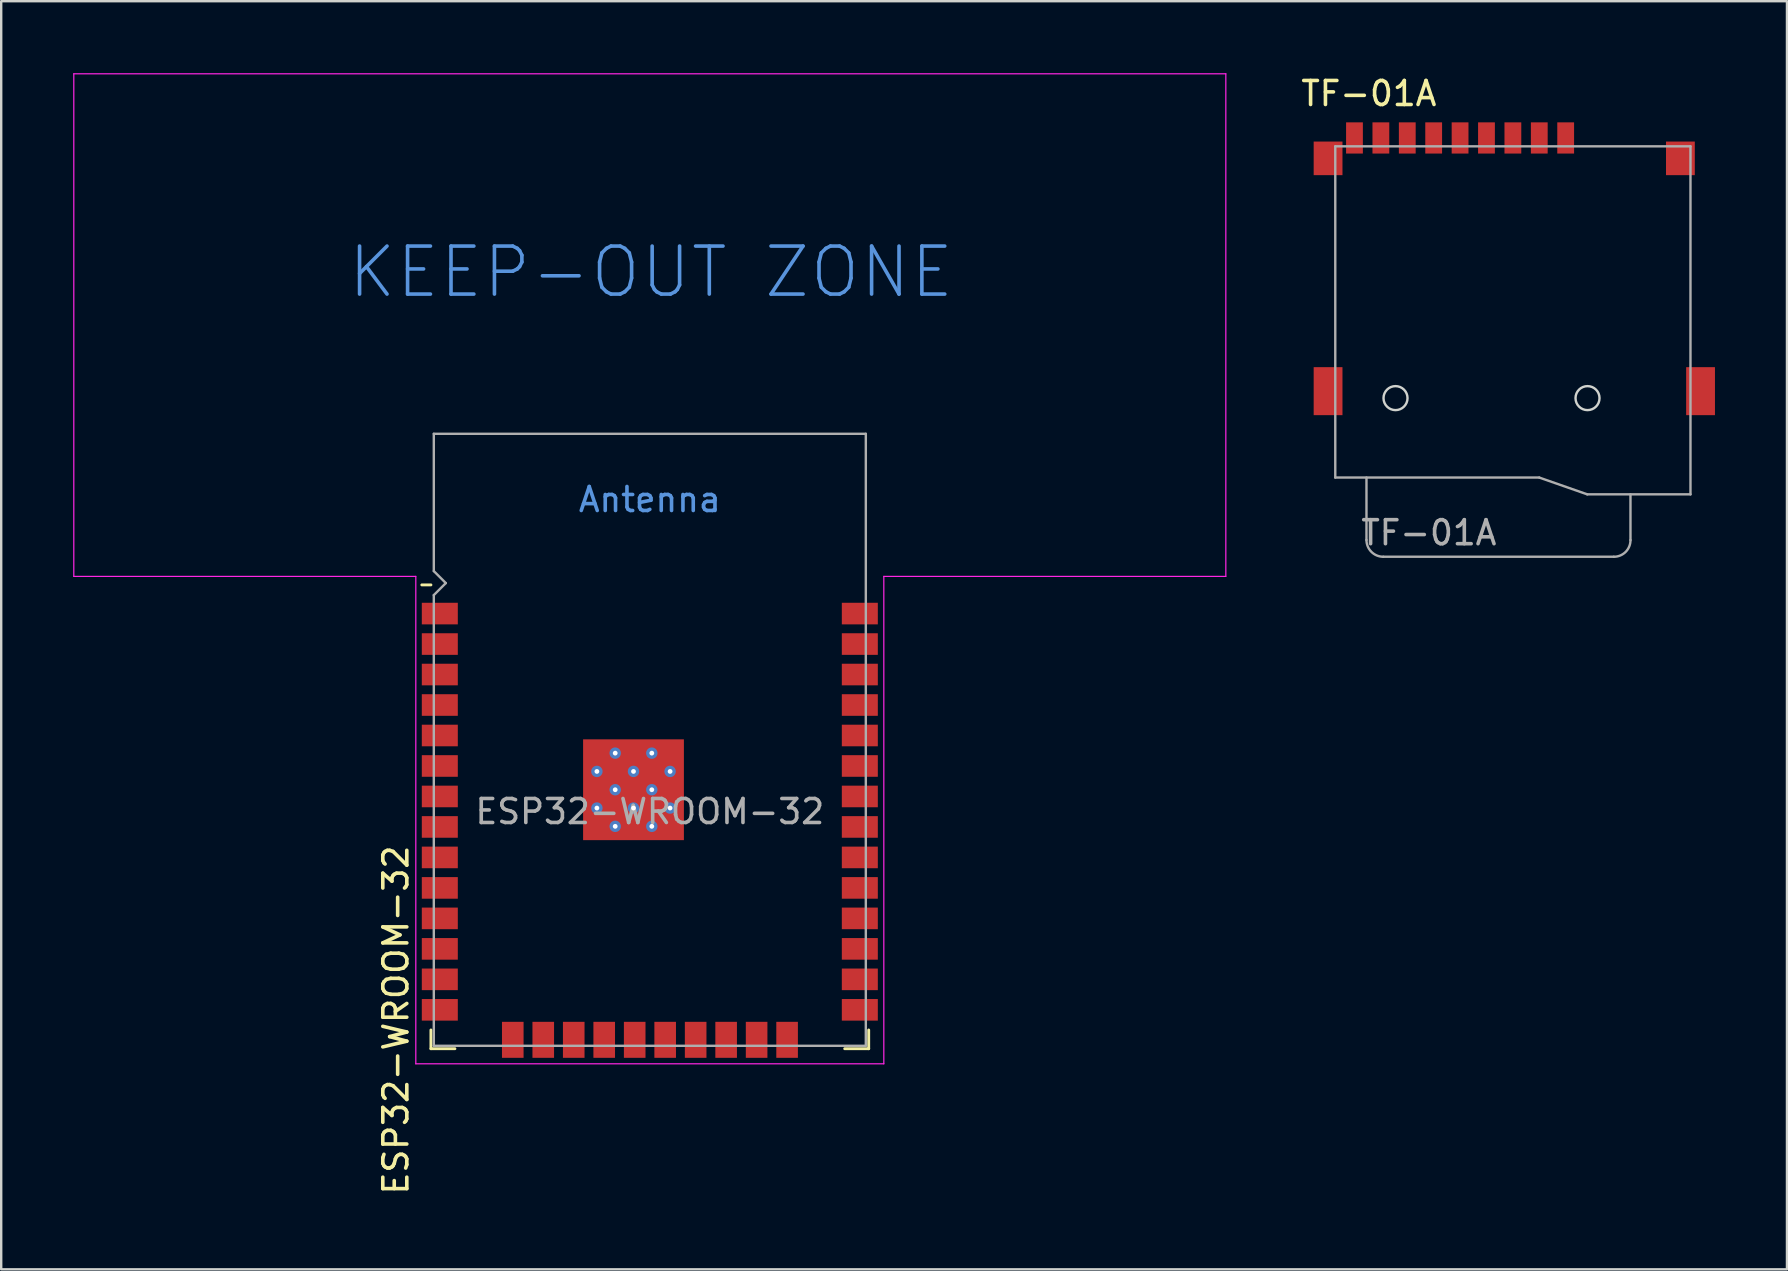
<source format=kicad_pcb>
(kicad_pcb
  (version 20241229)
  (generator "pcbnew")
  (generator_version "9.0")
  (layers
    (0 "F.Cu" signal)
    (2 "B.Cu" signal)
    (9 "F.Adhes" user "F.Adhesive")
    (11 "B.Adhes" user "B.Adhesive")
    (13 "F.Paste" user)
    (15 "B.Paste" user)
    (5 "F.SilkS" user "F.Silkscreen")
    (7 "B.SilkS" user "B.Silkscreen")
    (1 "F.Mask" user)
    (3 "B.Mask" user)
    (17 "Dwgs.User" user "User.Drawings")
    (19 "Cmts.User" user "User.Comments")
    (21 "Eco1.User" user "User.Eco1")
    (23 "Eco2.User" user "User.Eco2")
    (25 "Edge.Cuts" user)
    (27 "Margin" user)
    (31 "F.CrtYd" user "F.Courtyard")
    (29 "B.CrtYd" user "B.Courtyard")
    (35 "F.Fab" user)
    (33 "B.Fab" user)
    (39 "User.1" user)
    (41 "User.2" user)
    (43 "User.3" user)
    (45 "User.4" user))
  (footprint "TF-01A"
    (layer "F.Cu")
    (at 52.285 3.548)
    (property "Reference" "TF-01A" (at 1.7 -2.7 0) (unlocked yes) (layer "F.SilkS") (effects (font (size 1 1) (thickness 0.15))))
    (attr smd)
    (fp_circle (center 2.81 9.99) (end 3.31 9.99) (stroke (width 0.1) (type solid)) (fill no) (layer "Edge.Cuts"))
    (fp_circle (center 10.81 9.99) (end 11.31 9.99) (stroke (width 0.1) (type solid)) (fill no) (layer "Edge.Cuts"))
    (fp_line (start 0.3 -0.5) (end 0.3 13.3) (stroke (width 0.1) (type solid)) (layer "F.Fab"))
    (fp_line (start 0.3 13.3) (end 8.8 13.3) (stroke (width 0.1) (type solid)) (layer "F.Fab"))
    (fp_line (start 1.6 15.9) (end 1.6 13.3) (stroke (width 0.1) (type solid)) (layer "F.Fab"))
    (fp_line (start 8.8 13.3) (end 10.8 14) (stroke (width 0.1) (type solid)) (layer "F.Fab"))
    (fp_line (start 10.8 14) (end 15.1 14) (stroke (width 0.1) (type solid)) (layer "F.Fab"))
    (fp_line (start 11.905 16.6) (end 2.3 16.6) (stroke (width 0.1) (type solid)) (layer "F.Fab"))
    (fp_line (start 12.6 14) (end 12.6 15.905) (stroke (width 0.1) (type solid)) (layer "F.Fab"))
    (fp_line (start 15.1 -0.5) (end 0.3 -0.5) (stroke (width 0.1) (type solid)) (layer "F.Fab"))
    (fp_line (start 15.1 14) (end 15.1 -0.5) (stroke (width 0.1) (type solid)) (layer "F.Fab"))
    (fp_arc (start 2.3 16.6) (mid 1.805025 16.394975) (end 1.6 15.9) (stroke (width 0.1) (type solid)) (layer "F.Fab"))
    (fp_arc (start 12.6 15.905025) (mid 12.397914 16.397914) (end 11.905025 16.6) (stroke (width 0.1) (type solid)) (layer "F.Fab"))
    (fp_text user "${REFERENCE}" (at 4.2 15.6 0) (unlocked yes) (layer "F.Fab") (effects (font (size 1 1) (thickness 0.15))))
    (pad "1" smd rect (at 9.9 -0.85) (size 0.7 1.3) (layers "F.Cu" "F.Mask" "F.Paste"))
    (pad "3" smd rect (at 7.7 -0.85) (size 0.7 1.3) (layers "F.Cu" "F.Mask" "F.Paste"))
    (pad "4" smd rect (at 6.6 -0.85) (size 0.7 1.3) (layers "F.Cu" "F.Mask" "F.Paste"))
    (pad "5" smd rect (at 5.5 -0.85) (size 0.7 1.3) (layers "F.Cu" "F.Mask" "F.Paste"))
    (pad "6" smd rect (at 4.4 -0.85) (size 0.7 1.3) (layers "F.Cu" "F.Mask" "F.Paste"))
    (pad "7" smd rect (at 3.3 -0.85) (size 0.7 1.3) (layers "F.Cu" "F.Mask" "F.Paste"))
    (pad "8" smd rect (at 2.2 -0.85) (size 0.7 1.3) (layers "F.Cu" "F.Mask" "F.Paste"))
    (pad "8" smd rect (at 8.8 -0.85) (size 0.7 1.3) (layers "F.Cu" "F.Mask" "F.Paste"))
    (pad "Cd" smd rect (at 1.1 -0.85) (size 0.7 1.3) (layers "F.Cu" "F.Mask" "F.Paste"))
    (pad "SHIELD" smd rect (at 0 0) (size 1.2 1.4) (layers "F.Cu" "F.Mask" "F.Paste"))
    (pad "SHIELD" smd rect (at 0 9.7) (size 1.2 2) (layers "F.Cu" "F.Mask" "F.Paste"))
    (pad "SHIELD" smd rect (at 14.68 0) (size 1.2 1.4) (layers "F.Cu" "F.Mask" "F.Paste"))
    (pad "SHIELD" smd rect (at 15.52 9.7) (size 1.2 2) (layers "F.Cu" "F.Mask" "F.Paste")))
  (footprint "ESP32-WROOM-32"
    (layer "F.Cu")
    (at 24.025 30.765)
    (property "Reference" "ESP32-WROOM-32" (at -10.58 8.685 90) (layer "F.SilkS") (effects (font (size 1 1) (thickness 0.15))))
    (attr smd)
    (fp_line (start -9.12 -9.445) (end -9.5 -9.445) (stroke (width 0.12) (type solid)) (layer "F.SilkS"))
    (fp_line (start -9.12 9.1) (end -9.12 9.88) (stroke (width 0.12) (type solid)) (layer "F.SilkS"))
    (fp_line (start -9.12 9.88) (end -8.12 9.88) (stroke (width 0.12) (type solid)) (layer "F.SilkS"))
    (fp_line (start 9.12 9.1) (end 9.12 9.88) (stroke (width 0.12) (type solid)) (layer "F.SilkS"))
    (fp_line (start 9.12 9.88) (end 8.12 9.88) (stroke (width 0.12) (type solid)) (layer "F.SilkS"))
    (fp_line (start -24 -30.74) (end -24 -9.8) (stroke (width 0.05) (type solid)) (layer "F.CrtYd"))
    (fp_line (start -24 -9.8) (end -9.75 -9.8) (stroke (width 0.05) (type solid)) (layer "F.CrtYd"))
    (fp_line (start -9.75 10.51) (end -9.75 -9.8) (stroke (width 0.05) (type solid)) (layer "F.CrtYd"))
    (fp_line (start -9.75 10.51) (end 9.75 10.51) (stroke (width 0.05) (type solid)) (layer "F.CrtYd"))
    (fp_line (start 9.75 -9.8) (end 9.75 10.51) (stroke (width 0.05) (type solid)) (layer "F.CrtYd"))
    (fp_line (start 9.75 -9.8) (end 24 -9.8) (stroke (width 0.05) (type solid)) (layer "F.CrtYd"))
    (fp_line (start 24 -30.74) (end -24 -30.74) (stroke (width 0.05) (type solid)) (layer "F.CrtYd"))
    (fp_line (start 24 -9.8) (end 24 -30.74) (stroke (width 0.05) (type solid)) (layer "F.CrtYd"))
    (fp_line (start -9 -15.74) (end -9 -10.02) (stroke (width 0.1) (type solid)) (layer "F.Fab"))
    (fp_line (start -9 -15.74) (end 9 -15.74) (stroke (width 0.1) (type solid)) (layer "F.Fab"))
    (fp_line (start -9 -9.02) (end -9 9.76) (stroke (width 0.1) (type solid)) (layer "F.Fab"))
    (fp_line (start -9 -9.02) (end -8.5 -9.52) (stroke (width 0.1) (type solid)) (layer "F.Fab"))
    (fp_line (start -9 9.76) (end 9 9.76) (stroke (width 0.1) (type solid)) (layer "F.Fab"))
    (fp_line (start -8.5 -9.52) (end -9 -10.02) (stroke (width 0.1) (type solid)) (layer "F.Fab"))
    (fp_line (start 9 9.76) (end 9 -15.74) (stroke (width 0.1) (type solid)) (layer "F.Fab"))
    (fp_text user "Antenna" (at 0 -13 0) (layer "Cmts.User") (effects (font (size 1 1) (thickness 0.15))))
    (fp_text user "KEEP-OUT ZONE" (at 0.05 -22.48 0) (layer "Cmts.User") (effects (font (size 2 2) (thickness 0.15))))
    (fp_text user "${REFERENCE}" (at 0 0 0) (layer "F.Fab") (effects (font (size 1 1) (thickness 0.15))))
    (pad "1" smd rect (at -8.75 -8.25) (size 1.5 0.9) (layers "F.Cu" "F.Mask" "F.Paste"))
    (pad "2" smd rect (at -8.75 -6.98) (size 1.5 0.9) (layers "F.Cu" "F.Mask" "F.Paste"))
    (pad "3" smd rect (at -8.75 -5.71) (size 1.5 0.9) (layers "F.Cu" "F.Mask" "F.Paste"))
    (pad "4" smd rect (at -8.75 -4.44) (size 1.5 0.9) (layers "F.Cu" "F.Mask" "F.Paste"))
    (pad "5" smd rect (at -8.75 -3.17) (size 1.5 0.9) (layers "F.Cu" "F.Mask" "F.Paste"))
    (pad "6" smd rect (at -8.75 -1.9) (size 1.5 0.9) (layers "F.Cu" "F.Mask" "F.Paste"))
    (pad "7" smd rect (at -8.75 -0.63) (size 1.5 0.9) (layers "F.Cu" "F.Mask" "F.Paste"))
    (pad "8" smd rect (at -8.75 0.64) (size 1.5 0.9) (layers "F.Cu" "F.Mask" "F.Paste"))
    (pad "9" smd rect (at -8.75 1.91) (size 1.5 0.9) (layers "F.Cu" "F.Mask" "F.Paste"))
    (pad "10" smd rect (at -8.75 3.18) (size 1.5 0.9) (layers "F.Cu" "F.Mask" "F.Paste"))
    (pad "11" smd rect (at -8.75 4.45) (size 1.5 0.9) (layers "F.Cu" "F.Mask" "F.Paste"))
    (pad "12" smd rect (at -8.75 5.72) (size 1.5 0.9) (layers "F.Cu" "F.Mask" "F.Paste"))
    (pad "13" smd rect (at -8.75 6.99) (size 1.5 0.9) (layers "F.Cu" "F.Mask" "F.Paste"))
    (pad "14" smd rect (at -8.75 8.26) (size 1.5 0.9) (layers "F.Cu" "F.Mask" "F.Paste"))
    (pad "15" smd rect (at -5.71 9.51 90) (size 1.5 0.9) (layers "F.Cu" "F.Mask" "F.Paste"))
    (pad "16" smd rect (at -4.44 9.51 90) (size 1.5 0.9) (layers "F.Cu" "F.Mask" "F.Paste"))
    (pad "17" smd rect (at -3.17 9.51 90) (size 1.5 0.9) (layers "F.Cu" "F.Mask" "F.Paste"))
    (pad "18" smd rect (at -1.9 9.51 90) (size 1.5 0.9) (layers "F.Cu" "F.Mask" "F.Paste"))
    (pad "19" smd rect (at -0.63 9.51 90) (size 1.5 0.9) (layers "F.Cu" "F.Mask" "F.Paste"))
    (pad "20" smd rect (at 0.64 9.51 90) (size 1.5 0.9) (layers "F.Cu" "F.Mask" "F.Paste"))
    (pad "21" smd rect (at 1.91 9.51 90) (size 1.5 0.9) (layers "F.Cu" "F.Mask" "F.Paste"))
    (pad "22" smd rect (at 3.18 9.51 90) (size 1.5 0.9) (layers "F.Cu" "F.Mask" "F.Paste"))
    (pad "23" smd rect (at 4.45 9.51 90) (size 1.5 0.9) (layers "F.Cu" "F.Mask" "F.Paste"))
    (pad "24" smd rect (at 5.72 9.51 90) (size 1.5 0.9) (layers "F.Cu" "F.Mask" "F.Paste"))
    (pad "25" smd rect (at 8.75 8.26) (size 1.5 0.9) (layers "F.Cu" "F.Mask" "F.Paste"))
    (pad "26" smd rect (at 8.75 6.99) (size 1.5 0.9) (layers "F.Cu" "F.Mask" "F.Paste"))
    (pad "27" smd rect (at 8.75 5.72) (size 1.5 0.9) (layers "F.Cu" "F.Mask" "F.Paste"))
    (pad "28" smd rect (at 8.75 4.45) (size 1.5 0.9) (layers "F.Cu" "F.Mask" "F.Paste"))
    (pad "29" smd rect (at 8.75 3.18) (size 1.5 0.9) (layers "F.Cu" "F.Mask" "F.Paste"))
    (pad "30" smd rect (at 8.75 1.91) (size 1.5 0.9) (layers "F.Cu" "F.Mask" "F.Paste"))
    (pad "31" smd rect (at 8.75 0.64) (size 1.5 0.9) (layers "F.Cu" "F.Mask" "F.Paste"))
    (pad "32" smd rect (at 8.75 -0.63) (size 1.5 0.9) (layers "F.Cu" "F.Mask" "F.Paste"))
    (pad "33" smd rect (at 8.75 -1.9) (size 1.5 0.9) (layers "F.Cu" "F.Mask" "F.Paste"))
    (pad "34" smd rect (at 8.75 -3.17) (size 1.5 0.9) (layers "F.Cu" "F.Mask" "F.Paste"))
    (pad "35" smd rect (at 8.75 -4.44) (size 1.5 0.9) (layers "F.Cu" "F.Mask" "F.Paste"))
    (pad "36" smd rect (at 8.75 -5.71) (size 1.5 0.9) (layers "F.Cu" "F.Mask" "F.Paste"))
    (pad "37" smd rect (at 8.75 -6.98) (size 1.5 0.9) (layers "F.Cu" "F.Mask" "F.Paste"))
    (pad "38" smd rect (at 8.75 -8.25) (size 1.5 0.9) (layers "F.Cu" "F.Mask" "F.Paste"))
    (pad "39" smd rect (at -2.205 -2.435) (size 1.05 1.05) (layers "F.Cu" "F.Paste"))
    (pad "39" thru_hole circle (at -2.205 -1.673) (size 0.475 0.475) (drill 0.2) (property pad_prop_heatsink) (layers "*.Cu" "F.Mask"))
    (pad "39" smd rect (at -2.205 -0.91) (size 1.05 1.05) (layers "F.Cu" "F.Paste"))
    (pad "39" thru_hole circle (at -2.205 -0.147) (size 0.475 0.475) (drill 0.2) (property pad_prop_heatsink) (layers "*.Cu" "F.Mask"))
    (pad "39" smd rect (at -2.205 0.615) (size 1.05 1.05) (layers "F.Cu" "F.Paste"))
    (pad "39" thru_hole circle (at -1.442 -2.435) (size 0.475 0.475) (drill 0.2) (property pad_prop_heatsink) (layers "*.Cu" "F.Mask"))
    (pad "39" thru_hole circle (at -1.442 -0.91) (size 0.475 0.475) (drill 0.2) (property pad_prop_heatsink) (layers "*.Cu" "F.Mask"))
    (pad "39" thru_hole circle (at -1.442 0.615) (size 0.475 0.475) (drill 0.2) (property pad_prop_heatsink) (layers "*.Cu" "F.Mask"))
    (pad "39" smd rect (at -0.68 -2.435) (size 1.05 1.05) (layers "F.Cu" "F.Paste"))
    (pad "39" thru_hole circle (at -0.68 -1.673) (size 0.475 0.475) (drill 0.2) (property pad_prop_heatsink) (layers "*.Cu" "F.Mask"))
    (pad "39" smd rect (at -0.68 -0.91) (size 1.05 1.05) (layers "F.Cu" "F.Paste"))
    (pad "39" smd rect (at -0.68 -0.91) (size 4.2 4.2) (layers "F.Cu" "F.Mask"))
    (pad "39" thru_hole circle (at -0.68 -0.147) (size 0.475 0.475) (drill 0.2) (property pad_prop_heatsink) (layers "*.Cu" "F.Mask"))
    (pad "39" smd rect (at -0.68 0.615) (size 1.05 1.05) (layers "F.Cu" "F.Paste"))
    (pad "39" thru_hole circle (at 0.083 -2.435) (size 0.475 0.475) (drill 0.2) (property pad_prop_heatsink) (layers "*.Cu" "F.Mask"))
    (pad "39" thru_hole circle (at 0.083 -0.91) (size 0.475 0.475) (drill 0.2) (property pad_prop_heatsink) (layers "*.Cu" "F.Mask"))
    (pad "39" thru_hole circle (at 0.083 0.615) (size 0.475 0.475) (drill 0.2) (property pad_prop_heatsink) (layers "*.Cu" "F.Mask"))
    (pad "39" smd rect (at 0.845 -2.435) (size 1.05 1.05) (layers "F.Cu" "F.Paste"))
    (pad "39" thru_hole circle (at 0.845 -1.673) (size 0.475 0.475) (drill 0.2) (property pad_prop_heatsink) (layers "*.Cu" "F.Mask"))
    (pad "39" smd rect (at 0.845 -0.91) (size 1.05 1.05) (layers "F.Cu" "F.Paste"))
    (pad "39" thru_hole circle (at 0.845 -0.147) (size 0.475 0.475) (drill 0.2) (property pad_prop_heatsink) (layers "*.Cu" "F.Mask"))
    (pad "39" smd rect (at 0.845 0.615) (size 1.05 1.05) (layers "F.Cu" "F.Paste"))
    (zone (net_name "") (layers "F.Cu" "B.Cu") (hatch full 0.508) (connect_pads) (min_thickness 0.254) (filled_areas_thickness no) (keepout (tracks not_allowed) (vias not_allowed) (pads not_allowed) (copperpour not_allowed) (footprints not_allowed)) (placement (enabled no)) (fill) (polygon (pts (xy 0.025 20.965) (xy 48.025 20.965) (xy 48.025 0.025) (xy 0.025 0.025)))))
  (gr_rect
    (start -3 -3)
    (end 71.405 49.837)
    (stroke (width 0.1) (type default))
    (fill no)
    (layer "Edge.Cuts")))
</source>
